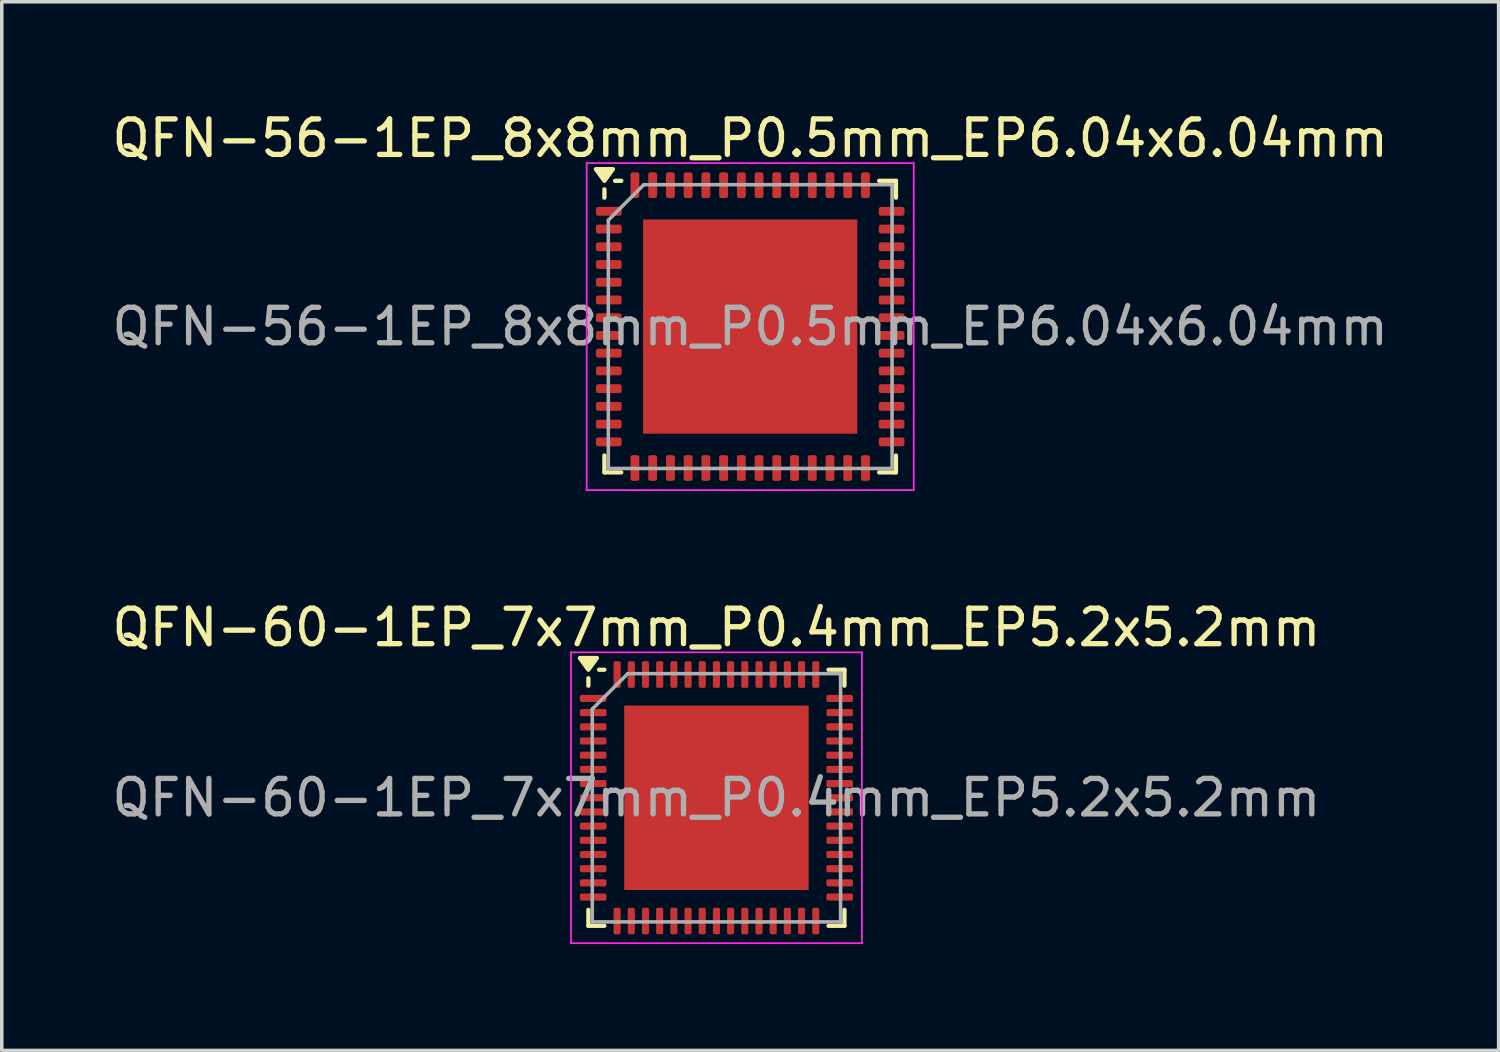
<source format=kicad_pcb>
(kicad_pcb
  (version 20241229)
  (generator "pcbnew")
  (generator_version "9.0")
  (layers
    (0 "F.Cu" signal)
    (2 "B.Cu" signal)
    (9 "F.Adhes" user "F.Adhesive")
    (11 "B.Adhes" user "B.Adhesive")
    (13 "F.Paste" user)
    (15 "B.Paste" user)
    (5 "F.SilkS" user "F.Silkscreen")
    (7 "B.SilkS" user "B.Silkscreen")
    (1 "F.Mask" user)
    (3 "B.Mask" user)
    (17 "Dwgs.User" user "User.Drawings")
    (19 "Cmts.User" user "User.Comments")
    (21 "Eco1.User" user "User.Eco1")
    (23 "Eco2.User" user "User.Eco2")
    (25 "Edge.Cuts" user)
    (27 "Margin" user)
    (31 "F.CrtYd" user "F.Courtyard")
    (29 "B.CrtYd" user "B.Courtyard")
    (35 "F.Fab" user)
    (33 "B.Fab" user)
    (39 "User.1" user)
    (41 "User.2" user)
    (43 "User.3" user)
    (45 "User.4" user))
  (footprint "QFN-56-1EP_8x8mm_P0.5mm_EP6.04x6.04mm"
    (layer "F.Cu")
    (at 18.101 6.158)
    (property "Reference" "QFN-56-1EP_8x8mm_P0.5mm_EP6.04x6.04mm" (at 0 -5.31 0) (layer "F.SilkS") (effects (font (size 1 1) (thickness 0.15))))
    (attr smd)
    (fp_line (start -4.11 -3.635) (end -4.11 -3.87) (stroke (width 0.12) (type solid)) (layer "F.SilkS"))
    (fp_line (start -4.11 4.11) (end -4.11 3.635) (stroke (width 0.12) (type solid)) (layer "F.SilkS"))
    (fp_line (start -3.635 -4.11) (end -3.81 -4.11) (stroke (width 0.12) (type solid)) (layer "F.SilkS"))
    (fp_line (start -3.635 4.11) (end -4.11 4.11) (stroke (width 0.12) (type solid)) (layer "F.SilkS"))
    (fp_line (start 3.635 -4.11) (end 4.11 -4.11) (stroke (width 0.12) (type solid)) (layer "F.SilkS"))
    (fp_line (start 3.635 4.11) (end 4.11 4.11) (stroke (width 0.12) (type solid)) (layer "F.SilkS"))
    (fp_line (start 4.11 -4.11) (end 4.11 -3.635) (stroke (width 0.12) (type solid)) (layer "F.SilkS"))
    (fp_line (start 4.11 4.11) (end 4.11 3.635) (stroke (width 0.12) (type solid)) (layer "F.SilkS"))
    (fp_poly (pts (xy -4.11 -4.11) (xy -4.35 -4.44) (xy -3.87 -4.44) (xy -4.11 -4.11)) (stroke (width 0.12) (type solid)) (fill yes) (layer "F.SilkS"))
    (fp_line (start -4.61 -4.61) (end -4.61 4.61) (stroke (width 0.05) (type solid)) (layer "F.CrtYd"))
    (fp_line (start -4.61 4.61) (end 4.61 4.61) (stroke (width 0.05) (type solid)) (layer "F.CrtYd"))
    (fp_line (start 4.61 -4.61) (end -4.61 -4.61) (stroke (width 0.05) (type solid)) (layer "F.CrtYd"))
    (fp_line (start 4.61 4.61) (end 4.61 -4.61) (stroke (width 0.05) (type solid)) (layer "F.CrtYd"))
    (fp_line (start -4 -3) (end -3 -4) (stroke (width 0.1) (type solid)) (layer "F.Fab"))
    (fp_line (start -4 4) (end -4 -3) (stroke (width 0.1) (type solid)) (layer "F.Fab"))
    (fp_line (start -3 -4) (end 4 -4) (stroke (width 0.1) (type solid)) (layer "F.Fab"))
    (fp_line (start 4 -4) (end 4 4) (stroke (width 0.1) (type solid)) (layer "F.Fab"))
    (fp_line (start 4 4) (end -4 4) (stroke (width 0.1) (type solid)) (layer "F.Fab"))
    (fp_text user "${REFERENCE}" (at 0 0 0) (layer "F.Fab") (effects (font (size 1 1) (thickness 0.15))))
    (pad "" smd roundrect (at -1.51 -1.51) (size 2.43 2.43) (layers "F.Paste") (roundrect_rratio 0.103))
    (pad "" smd roundrect (at -1.51 1.51) (size 2.43 2.43) (layers "F.Paste") (roundrect_rratio 0.103))
    (pad "" smd roundrect (at 1.51 -1.51) (size 2.43 2.43) (layers "F.Paste") (roundrect_rratio 0.103))
    (pad "" smd roundrect (at 1.51 1.51) (size 2.43 2.43) (layers "F.Paste") (roundrect_rratio 0.103))
    (pad "1" smd roundrect (at -3.987 -3.25) (size 0.725 0.25) (layers "F.Cu" "F.Mask" "F.Paste") (roundrect_rratio 0.25))
    (pad "2" smd roundrect (at -3.987 -2.75) (size 0.725 0.25) (layers "F.Cu" "F.Mask" "F.Paste") (roundrect_rratio 0.25))
    (pad "3" smd roundrect (at -3.987 -2.25) (size 0.725 0.25) (layers "F.Cu" "F.Mask" "F.Paste") (roundrect_rratio 0.25))
    (pad "4" smd roundrect (at -3.987 -1.75) (size 0.725 0.25) (layers "F.Cu" "F.Mask" "F.Paste") (roundrect_rratio 0.25))
    (pad "5" smd roundrect (at -3.987 -1.25) (size 0.725 0.25) (layers "F.Cu" "F.Mask" "F.Paste") (roundrect_rratio 0.25))
    (pad "6" smd roundrect (at -3.987 -0.75) (size 0.725 0.25) (layers "F.Cu" "F.Mask" "F.Paste") (roundrect_rratio 0.25))
    (pad "7" smd roundrect (at -3.987 -0.25) (size 0.725 0.25) (layers "F.Cu" "F.Mask" "F.Paste") (roundrect_rratio 0.25))
    (pad "8" smd roundrect (at -3.987 0.25) (size 0.725 0.25) (layers "F.Cu" "F.Mask" "F.Paste") (roundrect_rratio 0.25))
    (pad "9" smd roundrect (at -3.987 0.75) (size 0.725 0.25) (layers "F.Cu" "F.Mask" "F.Paste") (roundrect_rratio 0.25))
    (pad "10" smd roundrect (at -3.987 1.25) (size 0.725 0.25) (layers "F.Cu" "F.Mask" "F.Paste") (roundrect_rratio 0.25))
    (pad "11" smd roundrect (at -3.987 1.75) (size 0.725 0.25) (layers "F.Cu" "F.Mask" "F.Paste") (roundrect_rratio 0.25))
    (pad "12" smd roundrect (at -3.987 2.25) (size 0.725 0.25) (layers "F.Cu" "F.Mask" "F.Paste") (roundrect_rratio 0.25))
    (pad "13" smd roundrect (at -3.987 2.75) (size 0.725 0.25) (layers "F.Cu" "F.Mask" "F.Paste") (roundrect_rratio 0.25))
    (pad "14" smd roundrect (at -3.987 3.25) (size 0.725 0.25) (layers "F.Cu" "F.Mask" "F.Paste") (roundrect_rratio 0.25))
    (pad "15" smd roundrect (at -3.25 3.987) (size 0.25 0.725) (layers "F.Cu" "F.Mask" "F.Paste") (roundrect_rratio 0.25))
    (pad "16" smd roundrect (at -2.75 3.987) (size 0.25 0.725) (layers "F.Cu" "F.Mask" "F.Paste") (roundrect_rratio 0.25))
    (pad "17" smd roundrect (at -2.25 3.987) (size 0.25 0.725) (layers "F.Cu" "F.Mask" "F.Paste") (roundrect_rratio 0.25))
    (pad "18" smd roundrect (at -1.75 3.987) (size 0.25 0.725) (layers "F.Cu" "F.Mask" "F.Paste") (roundrect_rratio 0.25))
    (pad "19" smd roundrect (at -1.25 3.987) (size 0.25 0.725) (layers "F.Cu" "F.Mask" "F.Paste") (roundrect_rratio 0.25))
    (pad "20" smd roundrect (at -0.75 3.987) (size 0.25 0.725) (layers "F.Cu" "F.Mask" "F.Paste") (roundrect_rratio 0.25))
    (pad "21" smd roundrect (at -0.25 3.987) (size 0.25 0.725) (layers "F.Cu" "F.Mask" "F.Paste") (roundrect_rratio 0.25))
    (pad "22" smd roundrect (at 0.25 3.987) (size 0.25 0.725) (layers "F.Cu" "F.Mask" "F.Paste") (roundrect_rratio 0.25))
    (pad "23" smd roundrect (at 0.75 3.987) (size 0.25 0.725) (layers "F.Cu" "F.Mask" "F.Paste") (roundrect_rratio 0.25))
    (pad "24" smd roundrect (at 1.25 3.987) (size 0.25 0.725) (layers "F.Cu" "F.Mask" "F.Paste") (roundrect_rratio 0.25))
    (pad "25" smd roundrect (at 1.75 3.987) (size 0.25 0.725) (layers "F.Cu" "F.Mask" "F.Paste") (roundrect_rratio 0.25))
    (pad "26" smd roundrect (at 2.25 3.987) (size 0.25 0.725) (layers "F.Cu" "F.Mask" "F.Paste") (roundrect_rratio 0.25))
    (pad "27" smd roundrect (at 2.75 3.987) (size 0.25 0.725) (layers "F.Cu" "F.Mask" "F.Paste") (roundrect_rratio 0.25))
    (pad "28" smd roundrect (at 3.25 3.987) (size 0.25 0.725) (layers "F.Cu" "F.Mask" "F.Paste") (roundrect_rratio 0.25))
    (pad "29" smd roundrect (at 3.987 3.25) (size 0.725 0.25) (layers "F.Cu" "F.Mask" "F.Paste") (roundrect_rratio 0.25))
    (pad "30" smd roundrect (at 3.987 2.75) (size 0.725 0.25) (layers "F.Cu" "F.Mask" "F.Paste") (roundrect_rratio 0.25))
    (pad "31" smd roundrect (at 3.987 2.25) (size 0.725 0.25) (layers "F.Cu" "F.Mask" "F.Paste") (roundrect_rratio 0.25))
    (pad "32" smd roundrect (at 3.987 1.75) (size 0.725 0.25) (layers "F.Cu" "F.Mask" "F.Paste") (roundrect_rratio 0.25))
    (pad "33" smd roundrect (at 3.987 1.25) (size 0.725 0.25) (layers "F.Cu" "F.Mask" "F.Paste") (roundrect_rratio 0.25))
    (pad "34" smd roundrect (at 3.987 0.75) (size 0.725 0.25) (layers "F.Cu" "F.Mask" "F.Paste") (roundrect_rratio 0.25))
    (pad "35" smd roundrect (at 3.987 0.25) (size 0.725 0.25) (layers "F.Cu" "F.Mask" "F.Paste") (roundrect_rratio 0.25))
    (pad "36" smd roundrect (at 3.987 -0.25) (size 0.725 0.25) (layers "F.Cu" "F.Mask" "F.Paste") (roundrect_rratio 0.25))
    (pad "37" smd roundrect (at 3.987 -0.75) (size 0.725 0.25) (layers "F.Cu" "F.Mask" "F.Paste") (roundrect_rratio 0.25))
    (pad "38" smd roundrect (at 3.987 -1.25) (size 0.725 0.25) (layers "F.Cu" "F.Mask" "F.Paste") (roundrect_rratio 0.25))
    (pad "39" smd roundrect (at 3.987 -1.75) (size 0.725 0.25) (layers "F.Cu" "F.Mask" "F.Paste") (roundrect_rratio 0.25))
    (pad "40" smd roundrect (at 3.987 -2.25) (size 0.725 0.25) (layers "F.Cu" "F.Mask" "F.Paste") (roundrect_rratio 0.25))
    (pad "41" smd roundrect (at 3.987 -2.75) (size 0.725 0.25) (layers "F.Cu" "F.Mask" "F.Paste") (roundrect_rratio 0.25))
    (pad "42" smd roundrect (at 3.987 -3.25) (size 0.725 0.25) (layers "F.Cu" "F.Mask" "F.Paste") (roundrect_rratio 0.25))
    (pad "43" smd roundrect (at 3.25 -3.987) (size 0.25 0.725) (layers "F.Cu" "F.Mask" "F.Paste") (roundrect_rratio 0.25))
    (pad "44" smd roundrect (at 2.75 -3.987) (size 0.25 0.725) (layers "F.Cu" "F.Mask" "F.Paste") (roundrect_rratio 0.25))
    (pad "45" smd roundrect (at 2.25 -3.987) (size 0.25 0.725) (layers "F.Cu" "F.Mask" "F.Paste") (roundrect_rratio 0.25))
    (pad "46" smd roundrect (at 1.75 -3.987) (size 0.25 0.725) (layers "F.Cu" "F.Mask" "F.Paste") (roundrect_rratio 0.25))
    (pad "47" smd roundrect (at 1.25 -3.987) (size 0.25 0.725) (layers "F.Cu" "F.Mask" "F.Paste") (roundrect_rratio 0.25))
    (pad "48" smd roundrect (at 0.75 -3.987) (size 0.25 0.725) (layers "F.Cu" "F.Mask" "F.Paste") (roundrect_rratio 0.25))
    (pad "49" smd roundrect (at 0.25 -3.987) (size 0.25 0.725) (layers "F.Cu" "F.Mask" "F.Paste") (roundrect_rratio 0.25))
    (pad "50" smd roundrect (at -0.25 -3.987) (size 0.25 0.725) (layers "F.Cu" "F.Mask" "F.Paste") (roundrect_rratio 0.25))
    (pad "51" smd roundrect (at -0.75 -3.987) (size 0.25 0.725) (layers "F.Cu" "F.Mask" "F.Paste") (roundrect_rratio 0.25))
    (pad "52" smd roundrect (at -1.25 -3.987) (size 0.25 0.725) (layers "F.Cu" "F.Mask" "F.Paste") (roundrect_rratio 0.25))
    (pad "53" smd roundrect (at -1.75 -3.987) (size 0.25 0.725) (layers "F.Cu" "F.Mask" "F.Paste") (roundrect_rratio 0.25))
    (pad "54" smd roundrect (at -2.25 -3.987) (size 0.25 0.725) (layers "F.Cu" "F.Mask" "F.Paste") (roundrect_rratio 0.25))
    (pad "55" smd roundrect (at -2.75 -3.987) (size 0.25 0.725) (layers "F.Cu" "F.Mask" "F.Paste") (roundrect_rratio 0.25))
    (pad "56" smd roundrect (at -3.25 -3.987) (size 0.25 0.725) (layers "F.Cu" "F.Mask" "F.Paste") (roundrect_rratio 0.25))
    (pad "57" smd rect (at 0 0) (size 6.04 6.04) (property pad_prop_heatsink) (layers "F.Cu" "F.Mask")))
  (footprint "QFN-60-1EP_7x7mm_P0.4mm_EP5.2x5.2mm"
    (layer "F.Cu")
    (at 17.149 19.442)
    (property "Reference" "QFN-60-1EP_7x7mm_P0.4mm_EP5.2x5.2mm" (at 0 -4.8 0) (layer "F.SilkS") (effects (font (size 1 1) (thickness 0.15))))
    (attr smd)
    (fp_line (start -3.61 -3.16) (end -3.61 -3.37) (stroke (width 0.12) (type solid)) (layer "F.SilkS"))
    (fp_line (start -3.61 3.61) (end -3.61 3.16) (stroke (width 0.12) (type solid)) (layer "F.SilkS"))
    (fp_line (start -3.16 -3.61) (end -3.31 -3.61) (stroke (width 0.12) (type solid)) (layer "F.SilkS"))
    (fp_line (start -3.16 3.61) (end -3.61 3.61) (stroke (width 0.12) (type solid)) (layer "F.SilkS"))
    (fp_line (start 3.16 -3.61) (end 3.61 -3.61) (stroke (width 0.12) (type solid)) (layer "F.SilkS"))
    (fp_line (start 3.16 3.61) (end 3.61 3.61) (stroke (width 0.12) (type solid)) (layer "F.SilkS"))
    (fp_line (start 3.61 -3.61) (end 3.61 -3.16) (stroke (width 0.12) (type solid)) (layer "F.SilkS"))
    (fp_line (start 3.61 3.61) (end 3.61 3.16) (stroke (width 0.12) (type solid)) (layer "F.SilkS"))
    (fp_poly (pts (xy -3.61 -3.61) (xy -3.85 -3.94) (xy -3.37 -3.94) (xy -3.61 -3.61)) (stroke (width 0.12) (type solid)) (fill yes) (layer "F.SilkS"))
    (fp_line (start -4.1 -4.1) (end -4.1 4.1) (stroke (width 0.05) (type solid)) (layer "F.CrtYd"))
    (fp_line (start -4.1 4.1) (end 4.1 4.1) (stroke (width 0.05) (type solid)) (layer "F.CrtYd"))
    (fp_line (start 4.1 -4.1) (end -4.1 -4.1) (stroke (width 0.05) (type solid)) (layer "F.CrtYd"))
    (fp_line (start 4.1 4.1) (end 4.1 -4.1) (stroke (width 0.05) (type solid)) (layer "F.CrtYd"))
    (fp_line (start -3.5 -2.5) (end -2.5 -3.5) (stroke (width 0.1) (type solid)) (layer "F.Fab"))
    (fp_line (start -3.5 3.5) (end -3.5 -2.5) (stroke (width 0.1) (type solid)) (layer "F.Fab"))
    (fp_line (start -2.5 -3.5) (end 3.5 -3.5) (stroke (width 0.1) (type solid)) (layer "F.Fab"))
    (fp_line (start 3.5 -3.5) (end 3.5 3.5) (stroke (width 0.1) (type solid)) (layer "F.Fab"))
    (fp_line (start 3.5 3.5) (end -3.5 3.5) (stroke (width 0.1) (type solid)) (layer "F.Fab"))
    (fp_text user "${REFERENCE}" (at 0 0 0) (layer "F.Fab") (effects (font (size 1 1) (thickness 0.15))))
    (pad "" smd roundrect (at -1.3 -1.3) (size 2.1 2.1) (layers "F.Paste") (roundrect_rratio 0.119))
    (pad "" smd roundrect (at -1.3 1.3) (size 2.1 2.1) (layers "F.Paste") (roundrect_rratio 0.119))
    (pad "" smd roundrect (at 1.3 -1.3) (size 2.1 2.1) (layers "F.Paste") (roundrect_rratio 0.119))
    (pad "" smd roundrect (at 1.3 1.3) (size 2.1 2.1) (layers "F.Paste") (roundrect_rratio 0.119))
    (pad "1" smd roundrect (at -3.475 -2.8) (size 0.75 0.2) (layers "F.Cu" "F.Mask" "F.Paste") (roundrect_rratio 0.25))
    (pad "2" smd roundrect (at -3.475 -2.4) (size 0.75 0.2) (layers "F.Cu" "F.Mask" "F.Paste") (roundrect_rratio 0.25))
    (pad "3" smd roundrect (at -3.475 -2) (size 0.75 0.2) (layers "F.Cu" "F.Mask" "F.Paste") (roundrect_rratio 0.25))
    (pad "4" smd roundrect (at -3.475 -1.6) (size 0.75 0.2) (layers "F.Cu" "F.Mask" "F.Paste") (roundrect_rratio 0.25))
    (pad "5" smd roundrect (at -3.475 -1.2) (size 0.75 0.2) (layers "F.Cu" "F.Mask" "F.Paste") (roundrect_rratio 0.25))
    (pad "6" smd roundrect (at -3.475 -0.8) (size 0.75 0.2) (layers "F.Cu" "F.Mask" "F.Paste") (roundrect_rratio 0.25))
    (pad "7" smd roundrect (at -3.475 -0.4) (size 0.75 0.2) (layers "F.Cu" "F.Mask" "F.Paste") (roundrect_rratio 0.25))
    (pad "8" smd roundrect (at -3.475 0) (size 0.75 0.2) (layers "F.Cu" "F.Mask" "F.Paste") (roundrect_rratio 0.25))
    (pad "9" smd roundrect (at -3.475 0.4) (size 0.75 0.2) (layers "F.Cu" "F.Mask" "F.Paste") (roundrect_rratio 0.25))
    (pad "10" smd roundrect (at -3.475 0.8) (size 0.75 0.2) (layers "F.Cu" "F.Mask" "F.Paste") (roundrect_rratio 0.25))
    (pad "11" smd roundrect (at -3.475 1.2) (size 0.75 0.2) (layers "F.Cu" "F.Mask" "F.Paste") (roundrect_rratio 0.25))
    (pad "12" smd roundrect (at -3.475 1.6) (size 0.75 0.2) (layers "F.Cu" "F.Mask" "F.Paste") (roundrect_rratio 0.25))
    (pad "13" smd roundrect (at -3.475 2) (size 0.75 0.2) (layers "F.Cu" "F.Mask" "F.Paste") (roundrect_rratio 0.25))
    (pad "14" smd roundrect (at -3.475 2.4) (size 0.75 0.2) (layers "F.Cu" "F.Mask" "F.Paste") (roundrect_rratio 0.25))
    (pad "15" smd roundrect (at -3.475 2.8) (size 0.75 0.2) (layers "F.Cu" "F.Mask" "F.Paste") (roundrect_rratio 0.25))
    (pad "16" smd roundrect (at -2.8 3.475) (size 0.2 0.75) (layers "F.Cu" "F.Mask" "F.Paste") (roundrect_rratio 0.25))
    (pad "17" smd roundrect (at -2.4 3.475) (size 0.2 0.75) (layers "F.Cu" "F.Mask" "F.Paste") (roundrect_rratio 0.25))
    (pad "18" smd roundrect (at -2 3.475) (size 0.2 0.75) (layers "F.Cu" "F.Mask" "F.Paste") (roundrect_rratio 0.25))
    (pad "19" smd roundrect (at -1.6 3.475) (size 0.2 0.75) (layers "F.Cu" "F.Mask" "F.Paste") (roundrect_rratio 0.25))
    (pad "20" smd roundrect (at -1.2 3.475) (size 0.2 0.75) (layers "F.Cu" "F.Mask" "F.Paste") (roundrect_rratio 0.25))
    (pad "21" smd roundrect (at -0.8 3.475) (size 0.2 0.75) (layers "F.Cu" "F.Mask" "F.Paste") (roundrect_rratio 0.25))
    (pad "22" smd roundrect (at -0.4 3.475) (size 0.2 0.75) (layers "F.Cu" "F.Mask" "F.Paste") (roundrect_rratio 0.25))
    (pad "23" smd roundrect (at 0 3.475) (size 0.2 0.75) (layers "F.Cu" "F.Mask" "F.Paste") (roundrect_rratio 0.25))
    (pad "24" smd roundrect (at 0.4 3.475) (size 0.2 0.75) (layers "F.Cu" "F.Mask" "F.Paste") (roundrect_rratio 0.25))
    (pad "25" smd roundrect (at 0.8 3.475) (size 0.2 0.75) (layers "F.Cu" "F.Mask" "F.Paste") (roundrect_rratio 0.25))
    (pad "26" smd roundrect (at 1.2 3.475) (size 0.2 0.75) (layers "F.Cu" "F.Mask" "F.Paste") (roundrect_rratio 0.25))
    (pad "27" smd roundrect (at 1.6 3.475) (size 0.2 0.75) (layers "F.Cu" "F.Mask" "F.Paste") (roundrect_rratio 0.25))
    (pad "28" smd roundrect (at 2 3.475) (size 0.2 0.75) (layers "F.Cu" "F.Mask" "F.Paste") (roundrect_rratio 0.25))
    (pad "29" smd roundrect (at 2.4 3.475) (size 0.2 0.75) (layers "F.Cu" "F.Mask" "F.Paste") (roundrect_rratio 0.25))
    (pad "30" smd roundrect (at 2.8 3.475) (size 0.2 0.75) (layers "F.Cu" "F.Mask" "F.Paste") (roundrect_rratio 0.25))
    (pad "31" smd roundrect (at 3.475 2.8) (size 0.75 0.2) (layers "F.Cu" "F.Mask" "F.Paste") (roundrect_rratio 0.25))
    (pad "32" smd roundrect (at 3.475 2.4) (size 0.75 0.2) (layers "F.Cu" "F.Mask" "F.Paste") (roundrect_rratio 0.25))
    (pad "33" smd roundrect (at 3.475 2) (size 0.75 0.2) (layers "F.Cu" "F.Mask" "F.Paste") (roundrect_rratio 0.25))
    (pad "34" smd roundrect (at 3.475 1.6) (size 0.75 0.2) (layers "F.Cu" "F.Mask" "F.Paste") (roundrect_rratio 0.25))
    (pad "35" smd roundrect (at 3.475 1.2) (size 0.75 0.2) (layers "F.Cu" "F.Mask" "F.Paste") (roundrect_rratio 0.25))
    (pad "36" smd roundrect (at 3.475 0.8) (size 0.75 0.2) (layers "F.Cu" "F.Mask" "F.Paste") (roundrect_rratio 0.25))
    (pad "37" smd roundrect (at 3.475 0.4) (size 0.75 0.2) (layers "F.Cu" "F.Mask" "F.Paste") (roundrect_rratio 0.25))
    (pad "38" smd roundrect (at 3.475 0) (size 0.75 0.2) (layers "F.Cu" "F.Mask" "F.Paste") (roundrect_rratio 0.25))
    (pad "39" smd roundrect (at 3.475 -0.4) (size 0.75 0.2) (layers "F.Cu" "F.Mask" "F.Paste") (roundrect_rratio 0.25))
    (pad "40" smd roundrect (at 3.475 -0.8) (size 0.75 0.2) (layers "F.Cu" "F.Mask" "F.Paste") (roundrect_rratio 0.25))
    (pad "41" smd roundrect (at 3.475 -1.2) (size 0.75 0.2) (layers "F.Cu" "F.Mask" "F.Paste") (roundrect_rratio 0.25))
    (pad "42" smd roundrect (at 3.475 -1.6) (size 0.75 0.2) (layers "F.Cu" "F.Mask" "F.Paste") (roundrect_rratio 0.25))
    (pad "43" smd roundrect (at 3.475 -2) (size 0.75 0.2) (layers "F.Cu" "F.Mask" "F.Paste") (roundrect_rratio 0.25))
    (pad "44" smd roundrect (at 3.475 -2.4) (size 0.75 0.2) (layers "F.Cu" "F.Mask" "F.Paste") (roundrect_rratio 0.25))
    (pad "45" smd roundrect (at 3.475 -2.8) (size 0.75 0.2) (layers "F.Cu" "F.Mask" "F.Paste") (roundrect_rratio 0.25))
    (pad "46" smd roundrect (at 2.8 -3.475) (size 0.2 0.75) (layers "F.Cu" "F.Mask" "F.Paste") (roundrect_rratio 0.25))
    (pad "47" smd roundrect (at 2.4 -3.475) (size 0.2 0.75) (layers "F.Cu" "F.Mask" "F.Paste") (roundrect_rratio 0.25))
    (pad "48" smd roundrect (at 2 -3.475) (size 0.2 0.75) (layers "F.Cu" "F.Mask" "F.Paste") (roundrect_rratio 0.25))
    (pad "49" smd roundrect (at 1.6 -3.475) (size 0.2 0.75) (layers "F.Cu" "F.Mask" "F.Paste") (roundrect_rratio 0.25))
    (pad "50" smd roundrect (at 1.2 -3.475) (size 0.2 0.75) (layers "F.Cu" "F.Mask" "F.Paste") (roundrect_rratio 0.25))
    (pad "51" smd roundrect (at 0.8 -3.475) (size 0.2 0.75) (layers "F.Cu" "F.Mask" "F.Paste") (roundrect_rratio 0.25))
    (pad "52" smd roundrect (at 0.4 -3.475) (size 0.2 0.75) (layers "F.Cu" "F.Mask" "F.Paste") (roundrect_rratio 0.25))
    (pad "53" smd roundrect (at 0 -3.475) (size 0.2 0.75) (layers "F.Cu" "F.Mask" "F.Paste") (roundrect_rratio 0.25))
    (pad "54" smd roundrect (at -0.4 -3.475) (size 0.2 0.75) (layers "F.Cu" "F.Mask" "F.Paste") (roundrect_rratio 0.25))
    (pad "55" smd roundrect (at -0.8 -3.475) (size 0.2 0.75) (layers "F.Cu" "F.Mask" "F.Paste") (roundrect_rratio 0.25))
    (pad "56" smd roundrect (at -1.2 -3.475) (size 0.2 0.75) (layers "F.Cu" "F.Mask" "F.Paste") (roundrect_rratio 0.25))
    (pad "57" smd roundrect (at -1.6 -3.475) (size 0.2 0.75) (layers "F.Cu" "F.Mask" "F.Paste") (roundrect_rratio 0.25))
    (pad "58" smd roundrect (at -2 -3.475) (size 0.2 0.75) (layers "F.Cu" "F.Mask" "F.Paste") (roundrect_rratio 0.25))
    (pad "59" smd roundrect (at -2.4 -3.475) (size 0.2 0.75) (layers "F.Cu" "F.Mask" "F.Paste") (roundrect_rratio 0.25))
    (pad "60" smd roundrect (at -2.8 -3.475) (size 0.2 0.75) (layers "F.Cu" "F.Mask" "F.Paste") (roundrect_rratio 0.25))
    (pad "61" smd rect (at 0 0) (size 5.2 5.2) (property pad_prop_heatsink) (layers "F.Cu" "F.Mask")))
  (gr_rect
    (start -3 -3)
    (end 39.202 26.567)
    (stroke (width 0.1) (type default))
    (fill no)
    (layer "Edge.Cuts")))
</source>
